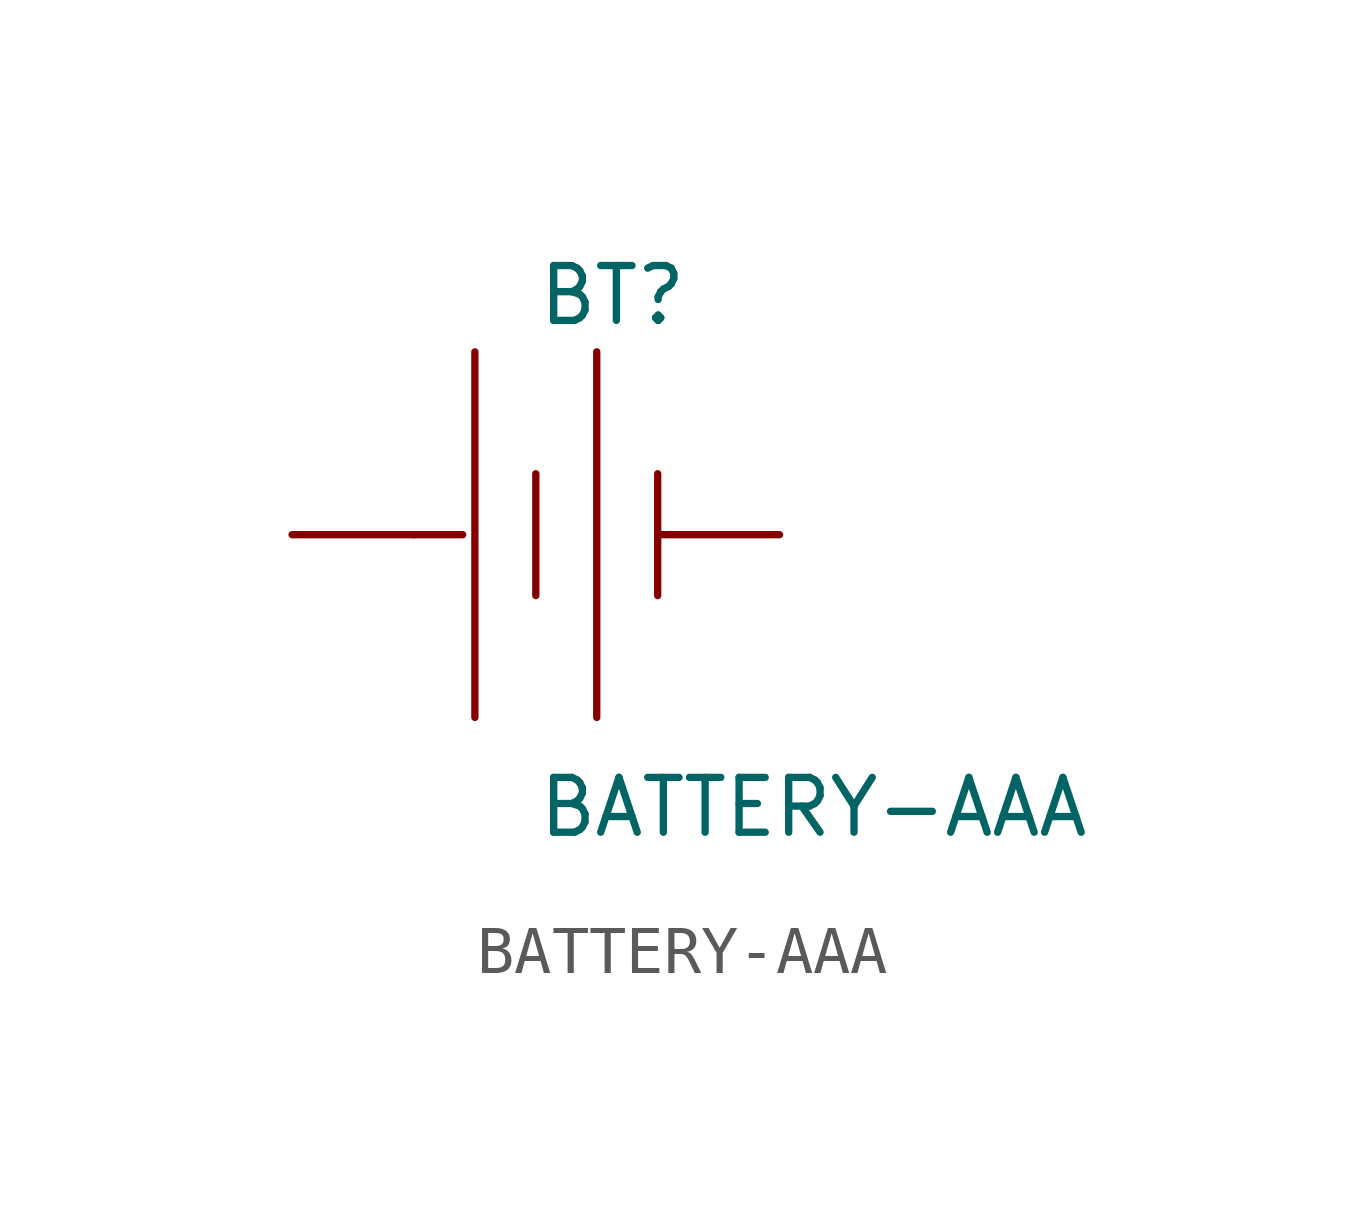
<source format=kicad_sym>
(kicad_symbol_lib
  (version 20211014)
  (generator kicad_symbol_editor)
  (symbol "BATTERY-AAA"
    (pin_numbers hide)
    (pin_names
      (offset 1.016) hide)
    (property "Reference" "BT"
      (at 0 4.318 0)
      (effects (font (size 1.143 1.143)) (justify left bottom)))
    (property "Value" "BATTERY-AAA"
      (at 0 -6.35 0)
      (effects (font (size 1.143 1.143)) (justify left bottom)))
    (property "ki_locked" ""
      (at 0 0 0)
      (effects (font (size 1.27 1.27))))
    (symbol "BATTERY-AAA_1_0"
      (polyline (pts (xy -2.54 0) (xy -1.524 0)) (stroke (width 0) (type default) (color 0 0 0 0)) (fill (type none)))
      (polyline (pts (xy -1.27 3.81) (xy -1.27 -3.81)) (stroke (width 0) (type default) (color 0 0 0 0)) (fill (type none)))
      (polyline (pts (xy 0 1.27) (xy 0 -1.27)) (stroke (width 0) (type default) (color 0 0 0 0)) (fill (type none)))
      (polyline (pts (xy 1.27 3.81) (xy 1.27 -3.81)) (stroke (width 0) (type default) (color 0 0 0 0)) (fill (type none)))
      (polyline (pts (xy 2.54 1.27) (xy 2.54 -1.27)) (stroke (width 0) (type default) (color 0 0 0 0)) (fill (type none))))
    (symbol "BATTERY-AAA_1_1"
      (pin power_in line (at 5.08 0 180) (length 2.54) (name "-" (effects (font (size 1.016 1.016)))) (number "GND@" (effects (font (size 1.016 1.016)))))
      (pin power_in line (at -5.08 0 0) (length 2.54) (name "+" (effects (font (size 1.016 1.016)))) (number "PWR@" (effects (font (size 1.016 1.016))))))))
</source>
